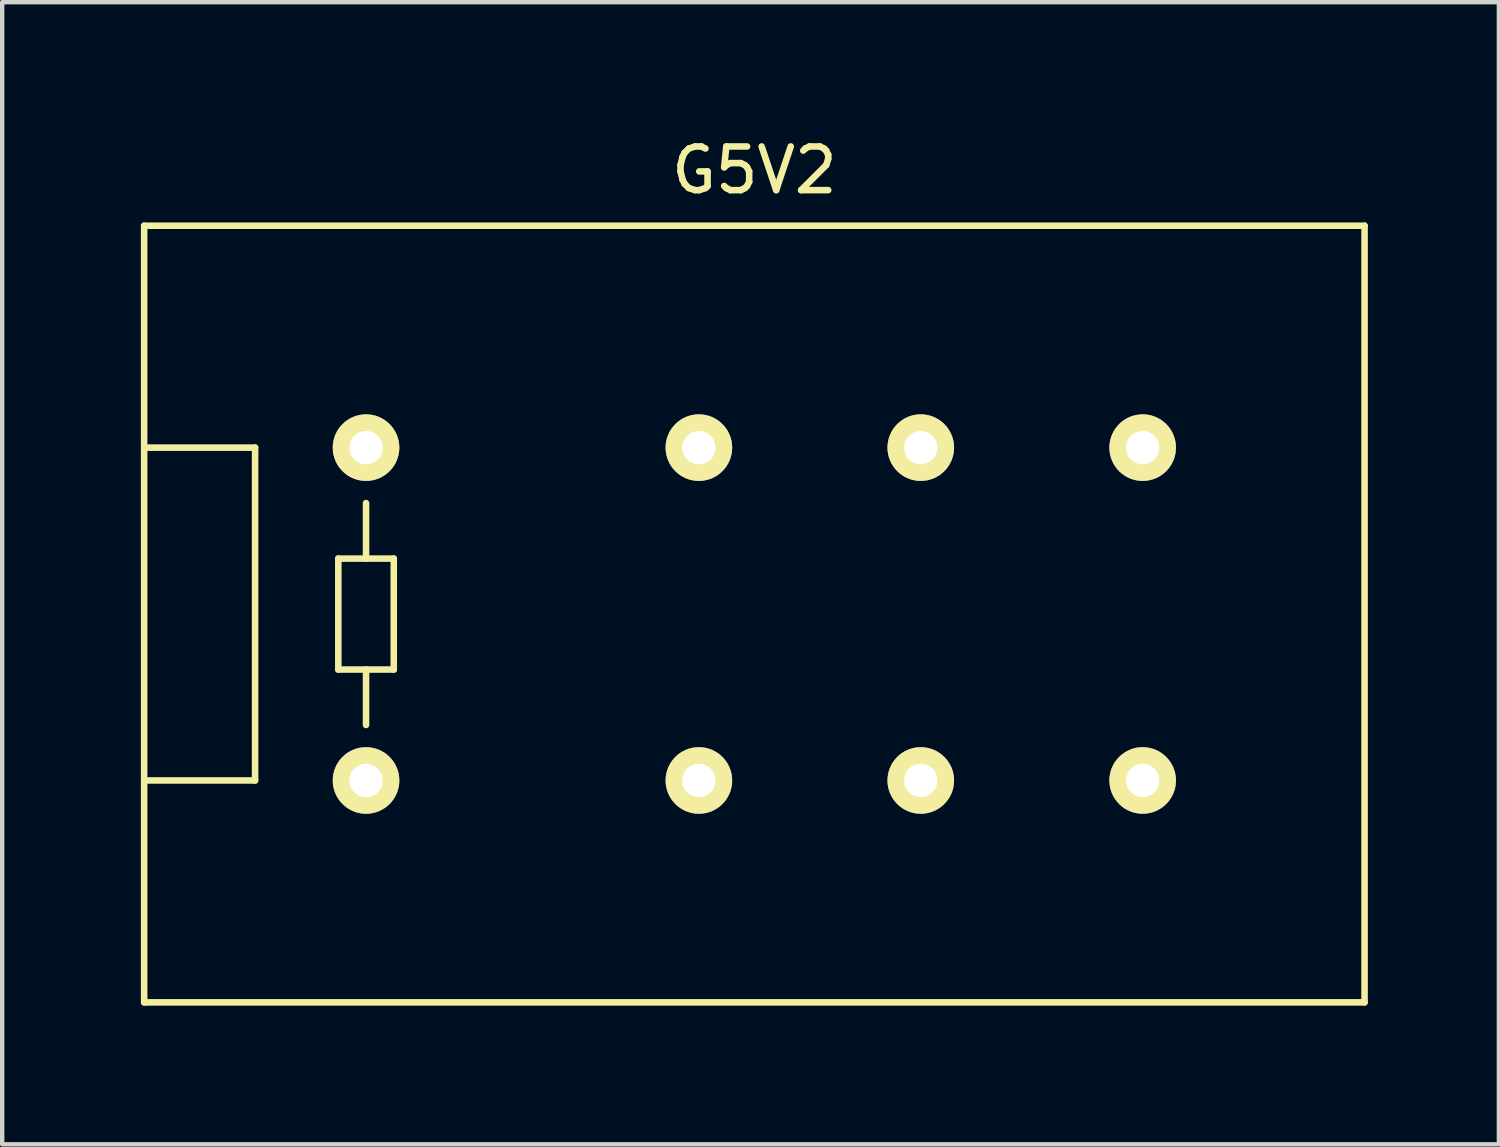
<source format=kicad_pcb>
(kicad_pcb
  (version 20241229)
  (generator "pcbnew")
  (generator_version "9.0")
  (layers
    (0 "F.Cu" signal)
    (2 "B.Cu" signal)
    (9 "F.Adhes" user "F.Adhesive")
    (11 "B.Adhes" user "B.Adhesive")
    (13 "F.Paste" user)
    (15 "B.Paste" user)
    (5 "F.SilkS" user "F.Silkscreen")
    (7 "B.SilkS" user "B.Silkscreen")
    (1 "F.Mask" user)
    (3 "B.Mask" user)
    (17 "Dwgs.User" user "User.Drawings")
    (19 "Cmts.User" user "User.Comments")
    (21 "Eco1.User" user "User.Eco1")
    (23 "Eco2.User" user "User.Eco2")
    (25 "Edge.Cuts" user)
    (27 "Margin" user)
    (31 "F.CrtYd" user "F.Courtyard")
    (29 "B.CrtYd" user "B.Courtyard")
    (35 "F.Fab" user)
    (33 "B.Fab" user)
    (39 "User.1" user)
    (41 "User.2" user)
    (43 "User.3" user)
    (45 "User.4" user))
  (footprint "G5V2"
    (layer "F.Cu")
    (at 0.25 19.898)
    (property "Reference" "G5V2" (at 13.97 -19.05 0) (layer "F.SilkS") (effects (font (size 1 1) (thickness 0.15))))
    (attr through_hole)
    (fp_line (start 0 -17.78) (end 27.94 -17.78) (stroke (width 0.15) (type solid)) (layer "F.SilkS"))
    (fp_line (start 0 -12.7) (end 2.54 -12.7) (stroke (width 0.15) (type solid)) (layer "F.SilkS"))
    (fp_line (start 0 0) (end 0 -17.78) (stroke (width 0.15) (type solid)) (layer "F.SilkS"))
    (fp_line (start 2.54 -12.7) (end 2.54 -5.08) (stroke (width 0.15) (type solid)) (layer "F.SilkS"))
    (fp_line (start 2.54 -5.08) (end 0 -5.08) (stroke (width 0.15) (type solid)) (layer "F.SilkS"))
    (fp_line (start 4.445 -10.16) (end 5.715 -10.16) (stroke (width 0.15) (type solid)) (layer "F.SilkS"))
    (fp_line (start 4.445 -7.62) (end 4.445 -10.16) (stroke (width 0.15) (type solid)) (layer "F.SilkS"))
    (fp_line (start 5.08 -10.16) (end 5.08 -11.43) (stroke (width 0.15) (type solid)) (layer "F.SilkS"))
    (fp_line (start 5.08 -7.62) (end 5.08 -6.35) (stroke (width 0.15) (type solid)) (layer "F.SilkS"))
    (fp_line (start 5.715 -10.16) (end 5.715 -7.62) (stroke (width 0.15) (type solid)) (layer "F.SilkS"))
    (fp_line (start 5.715 -7.62) (end 4.445 -7.62) (stroke (width 0.15) (type solid)) (layer "F.SilkS"))
    (fp_line (start 27.94 -17.78) (end 27.94 0) (stroke (width 0.15) (type solid)) (layer "F.SilkS"))
    (fp_line (start 27.94 0) (end 0 0) (stroke (width 0.15) (type solid)) (layer "F.SilkS"))
    (pad "1" thru_hole circle (at 5.08 -5.08) (size 1.524 1.524) (drill 0.762) (layers "*.Cu" "*.Mask" "F.SilkS"))
    (pad "4" thru_hole circle (at 12.7 -5.08) (size 1.524 1.524) (drill 0.762) (layers "*.Cu" "*.Mask" "F.SilkS"))
    (pad "6" thru_hole circle (at 17.78 -5.08) (size 1.524 1.524) (drill 0.762) (layers "*.Cu" "*.Mask" "F.SilkS"))
    (pad "8" thru_hole circle (at 22.86 -5.08) (size 1.524 1.524) (drill 0.762) (layers "*.Cu" "*.Mask" "F.SilkS"))
    (pad "9" thru_hole circle (at 22.86 -12.7) (size 1.524 1.524) (drill 0.762) (layers "*.Cu" "*.Mask" "F.SilkS"))
    (pad "11" thru_hole circle (at 17.78 -12.7) (size 1.524 1.524) (drill 0.762) (layers "*.Cu" "*.Mask" "F.SilkS"))
    (pad "13" thru_hole circle (at 12.7 -12.7) (size 1.524 1.524) (drill 0.762) (layers "*.Cu" "*.Mask" "F.SilkS"))
    (pad "16" thru_hole circle (at 5.08 -12.7) (size 1.524 1.524) (drill 0.762) (layers "*.Cu" "*.Mask" "F.SilkS")))
  (gr_rect
    (start -3 -3)
    (end 31.265 23.148)
    (stroke (width 0.1) (type default))
    (fill no)
    (layer "Edge.Cuts")))
</source>
